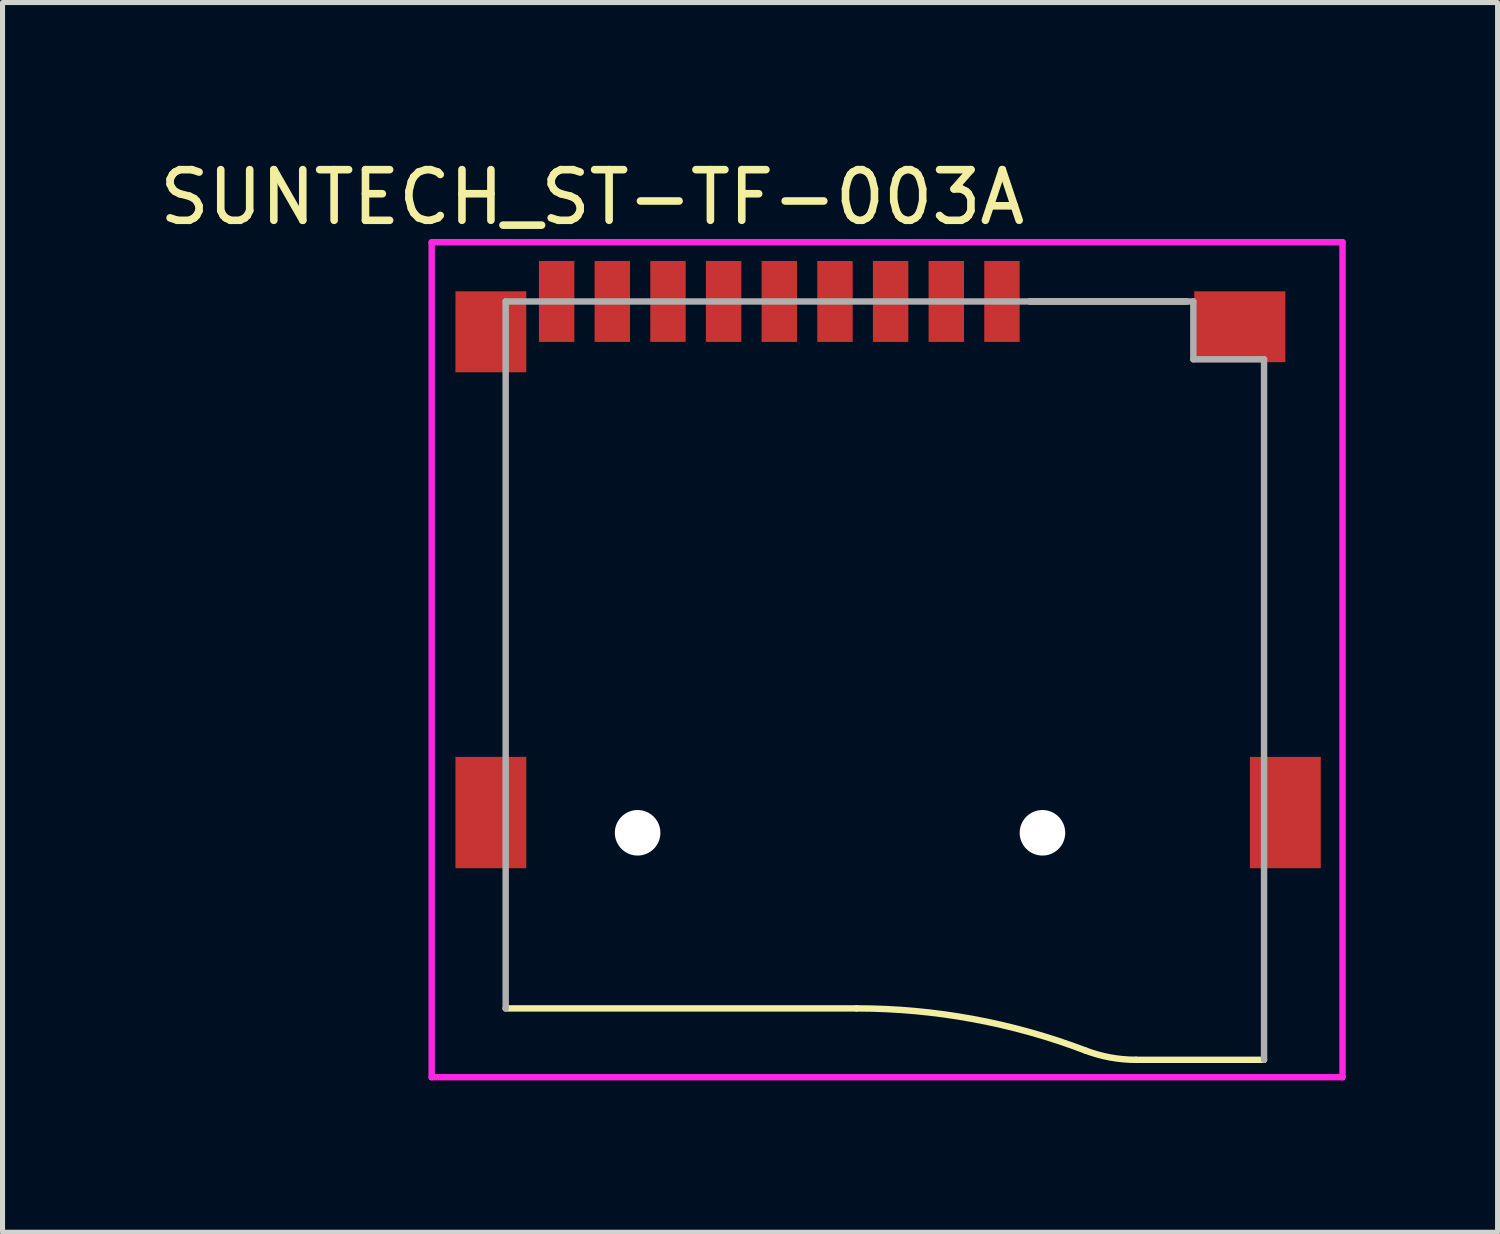
<source format=kicad_pcb>
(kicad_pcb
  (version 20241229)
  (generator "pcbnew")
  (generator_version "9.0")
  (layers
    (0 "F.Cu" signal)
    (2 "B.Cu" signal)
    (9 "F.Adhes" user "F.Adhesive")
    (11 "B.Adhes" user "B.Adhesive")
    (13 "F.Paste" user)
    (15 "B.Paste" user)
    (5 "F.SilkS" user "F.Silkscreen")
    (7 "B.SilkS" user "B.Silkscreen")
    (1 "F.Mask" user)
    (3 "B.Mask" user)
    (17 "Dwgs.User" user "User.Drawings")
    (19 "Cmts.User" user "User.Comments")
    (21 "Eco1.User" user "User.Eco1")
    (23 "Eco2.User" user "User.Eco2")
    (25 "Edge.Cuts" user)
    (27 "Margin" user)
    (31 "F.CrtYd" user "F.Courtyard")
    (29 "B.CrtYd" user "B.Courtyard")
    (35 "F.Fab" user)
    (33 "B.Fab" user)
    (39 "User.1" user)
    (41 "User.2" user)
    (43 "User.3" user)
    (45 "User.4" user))
  (footprint "SUNTECH_ST-TF-003A"
    (layer "F.Cu")
    (at 13.23 8.237)
    (property "Reference" "SUNTECH_ST-TF-003A" (at -4.577 -7.389 0) (layer "F.SilkS") (effects (font (size 1.001 1.001) (thickness 0.15))))
    (attr smd)
    (fp_line (start 0.647 8.64) (end -6.287 8.64) (stroke (width 0.127) (type solid)) (layer "F.SilkS"))
    (fp_line (start 7.17 -5.33) (end 4.07 -5.33) (stroke (width 0.127) (type solid)) (layer "F.SilkS"))
    (fp_line (start 8.699 9.656) (end 6.168 9.656) (stroke (width 0.127) (type solid)) (layer "F.SilkS"))
    (fp_arc (start 0.6469 8.64) (mid 2.945408 8.849734) (end 5.168 9.472) (stroke (width 0.127) (type solid)) (layer "F.SilkS"))
    (fp_arc (start 6.1679 9.656) (mid 5.659555 9.609621) (end 5.168 9.472) (stroke (width 0.127) (type solid)) (layer "F.SilkS"))
    (fp_line (start -7.75 -6.5) (end 10.25 -6.5) (stroke (width 0.127) (type solid)) (layer "F.CrtYd"))
    (fp_line (start -7.75 10) (end -7.75 -6.5) (stroke (width 0.127) (type solid)) (layer "F.CrtYd"))
    (fp_line (start 10.25 -6.5) (end 10.25 10) (stroke (width 0.127) (type solid)) (layer "F.CrtYd"))
    (fp_line (start 10.25 10) (end -7.75 10) (stroke (width 0.127) (type solid)) (layer "F.CrtYd"))
    (fp_line (start -6.287 -5.33) (end 7.302 -5.33) (stroke (width 0.127) (type solid)) (layer "F.Fab"))
    (fp_line (start -6.287 8.64) (end -6.287 -5.33) (stroke (width 0.127) (type solid)) (layer "F.Fab"))
    (fp_line (start 7.302 -5.33) (end 7.302 -4.187) (stroke (width 0.127) (type solid)) (layer "F.Fab"))
    (fp_line (start 7.302 -4.187) (end 8.699 -4.187) (stroke (width 0.127) (type solid)) (layer "F.Fab"))
    (fp_line (start 8.699 -4.187) (end 8.699 9.656) (stroke (width 0.127) (type solid)) (layer "F.Fab"))
    (pad "" np_thru_hole circle (at -3.68 5.17) (size 0.9 0.9) (drill 0.9) (layers "*.Cu" "*.Mask"))
    (pad "" np_thru_hole circle (at 4.32 5.17) (size 0.9 0.9) (drill 0.9) (layers "*.Cu" "*.Mask"))
    (pad "1" smd rect (at 3.52 -5.33 270) (size 1.6 0.7) (layers "F.Cu" "F.Mask" "F.Paste"))
    (pad "2" smd rect (at 2.42 -5.33 270) (size 1.6 0.7) (layers "F.Cu" "F.Mask" "F.Paste"))
    (pad "3" smd rect (at 1.32 -5.33 270) (size 1.6 0.7) (layers "F.Cu" "F.Mask" "F.Paste"))
    (pad "4" smd rect (at 0.22 -5.33 270) (size 1.6 0.7) (layers "F.Cu" "F.Mask" "F.Paste"))
    (pad "5" smd rect (at -0.88 -5.33 270) (size 1.6 0.7) (layers "F.Cu" "F.Mask" "F.Paste"))
    (pad "6" smd rect (at -1.98 -5.33 270) (size 1.6 0.7) (layers "F.Cu" "F.Mask" "F.Paste"))
    (pad "7" smd rect (at -3.08 -5.33 270) (size 1.6 0.7) (layers "F.Cu" "F.Mask" "F.Paste"))
    (pad "8" smd rect (at -4.18 -5.33 270) (size 1.6 0.7) (layers "F.Cu" "F.Mask" "F.Paste"))
    (pad "9" smd rect (at -5.28 -5.33 270) (size 1.6 0.7) (layers "F.Cu" "F.Mask" "F.Paste"))
    (pad "G1" smd rect (at -6.58 -4.73 270) (size 1.6 1.4) (layers "F.Cu" "F.Mask" "F.Paste"))
    (pad "G2" smd rect (at -6.58 4.77 270) (size 2.2 1.4) (layers "F.Cu" "F.Mask" "F.Paste"))
    (pad "G3" smd rect (at 9.12 4.77 270) (size 2.2 1.4) (layers "F.Cu" "F.Mask" "F.Paste"))
    (pad "G4" smd rect (at 8.22 -4.83 270) (size 1.4 1.8) (layers "F.Cu" "F.Mask" "F.Paste"))
    (zone (net_name "") (layer "F.Cu") (hatch full 0.508) (connect_pads) (min_thickness 0.01) (filled_areas_thickness no) (keepout (tracks not_allowed) (vias not_allowed) (pads not_allowed) (copperpour not_allowed) (footprints allowed)) (placement (enabled no)) (fill) (polygon (pts (xy 11.899 3.807) (xy 13.9 3.807) (xy 13.9 12.812) (xy 11.899 12.812)))))
  (gr_rect
    (start -3 -3)
    (end 26.544 21.301)
    (stroke (width 0.1) (type default))
    (fill no)
    (layer "Edge.Cuts")))
</source>
